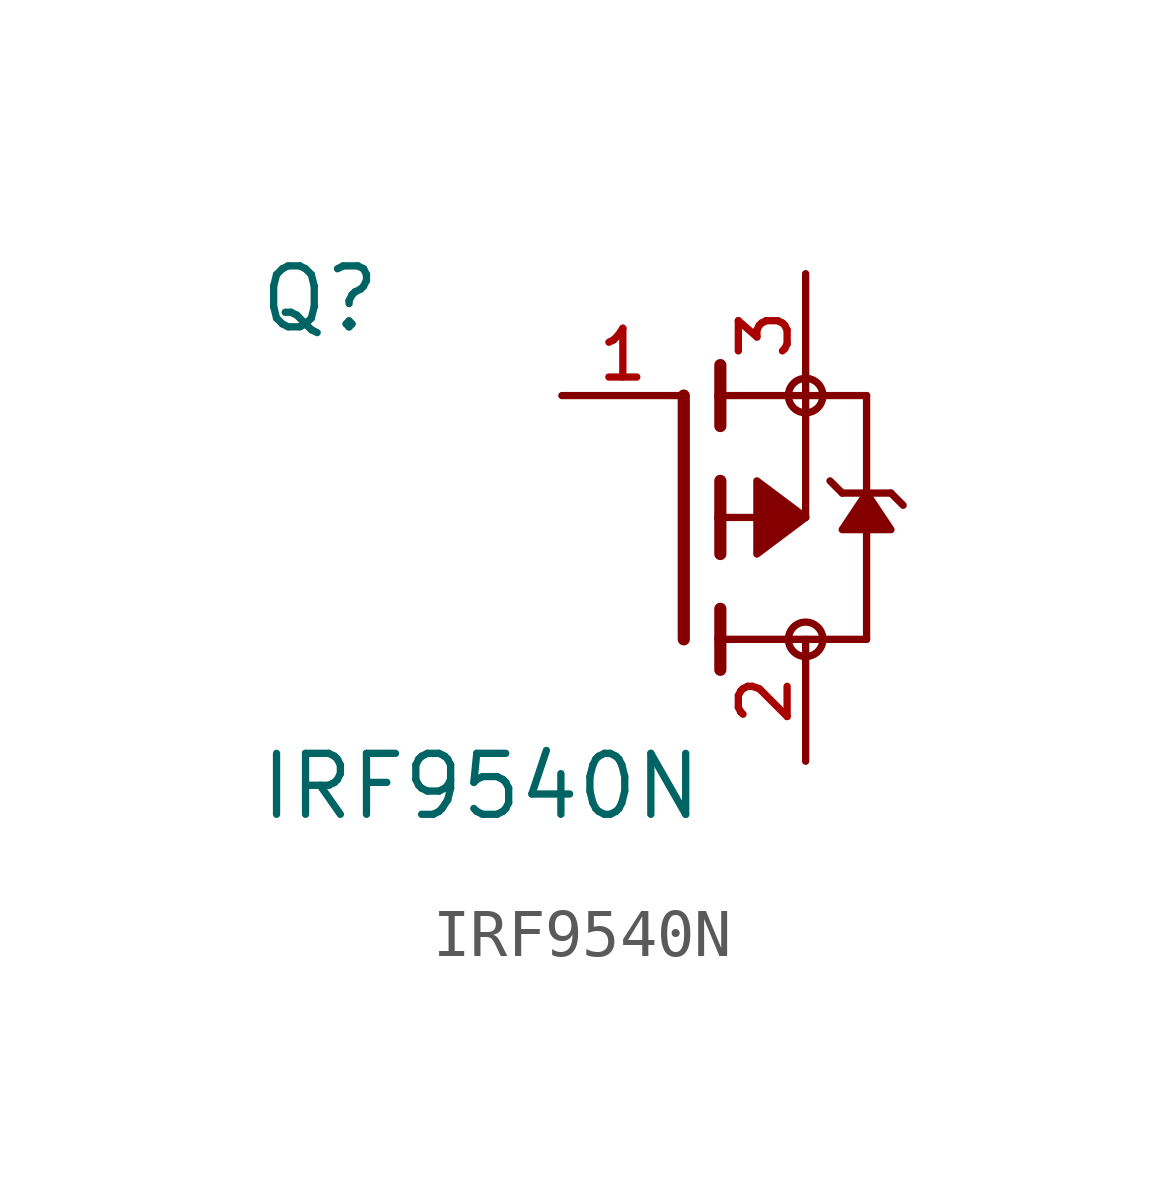
<source format=kicad_sym>
(kicad_symbol_lib
  (version 20211014)
  (generator kicad_symbol_editor)
  (symbol "IRF9540N"
    (pin_names
      (offset 1.016))
    (property "Reference" "Q"
      (at -8.89 3.81 0)
      (effects (font (size 1.27 1.27)) (justify bottom left)))
    (property "Value" "IRF9540N"
      (at -8.89 -6.35 0)
      (effects (font (size 1.27 1.27)) (justify bottom left)))
    (symbol "IRF9540N_0_0"
      (polyline (pts (xy 0.762 -0.762) (xy 0.762 0.0)) (stroke (width 0.254)))
      (polyline (pts (xy 0.762 0.0) (xy 0.762 0.762)) (stroke (width 0.254)))
      (polyline (pts (xy 0.762 -3.175) (xy 0.762 -2.54)) (stroke (width 0.254)))
      (polyline (pts (xy 0.762 -2.54) (xy 0.762 -1.905)) (stroke (width 0.254)))
      (polyline (pts (xy 0.762 0.0) (xy 2.54 0.0)) (stroke (width 0.152)))
      (polyline (pts (xy 2.54 0.0) (xy 2.54 2.54)) (stroke (width 0.152)))
      (polyline (pts (xy 0.762 1.905) (xy 0.762 2.54)) (stroke (width 0.254)))
      (polyline (pts (xy 0.762 2.54) (xy 0.762 3.175)) (stroke (width 0.254)))
      (polyline (pts (xy 0.0 -2.54) (xy 0.0 2.54)) (stroke (width 0.254)))
      (polyline (pts (xy 2.54 2.54) (xy 0.762 2.54)) (stroke (width 0.152)))
      (polyline (pts (xy 3.81 -2.54) (xy 3.81 0.508)) (stroke (width 0.152)))
      (polyline (pts (xy 3.81 0.508) (xy 3.81 2.54)) (stroke (width 0.152)))
      (polyline (pts (xy 2.54 2.54) (xy 3.81 2.54)) (stroke (width 0.152)))
      (polyline (pts (xy 0.762 -2.54) (xy 3.81 -2.54)) (stroke (width 0.152)))
      (polyline (pts (xy 3.048 0.762) (xy 3.302 0.508)) (stroke (width 0.152)))
      (polyline (pts (xy 3.302 0.508) (xy 3.81 0.508)) (stroke (width 0.152)))
      (polyline (pts (xy 3.81 0.508) (xy 4.318 0.508)) (stroke (width 0.152)))
      (polyline (pts (xy 4.318 0.508) (xy 4.572 0.254)) (stroke (width 0.152)))
      (circle (center 2.54 2.54) (radius 0.359) (stroke (width 0.0)) (fill (type none)))
      (circle (center 2.54 -2.54) (radius 0.359) (stroke (width 0.0)) (fill (type none)))
      (polyline (pts (xy 3.81 0.508) (xy 4.318 -0.254) (xy 3.302 -0.254) (xy 3.81 0.508)) (stroke (width 0.152)) (fill (type outline)))
      (polyline (pts (xy 2.54 0.0) (xy 1.524 0.762) (xy 1.524 -0.762) (xy 2.54 0.0)) (stroke (width 0.152)) (fill (type outline)))
      (pin passive line (at 2.54 5.08 270.0) (length 2.54) (name "~" (effects (font (size 1.016 1.016)))) (number "3" (effects (font (size 1.016 1.016)))))
      (pin passive line (at -2.54 2.54 0) (length 2.54) (name "~" (effects (font (size 1.016 1.016)))) (number "1" (effects (font (size 1.016 1.016)))))
      (pin passive line (at 2.54 -5.08 90.0) (length 2.54) (name "~" (effects (font (size 1.016 1.016)))) (number "2" (effects (font (size 1.016 1.016))))))))
</source>
